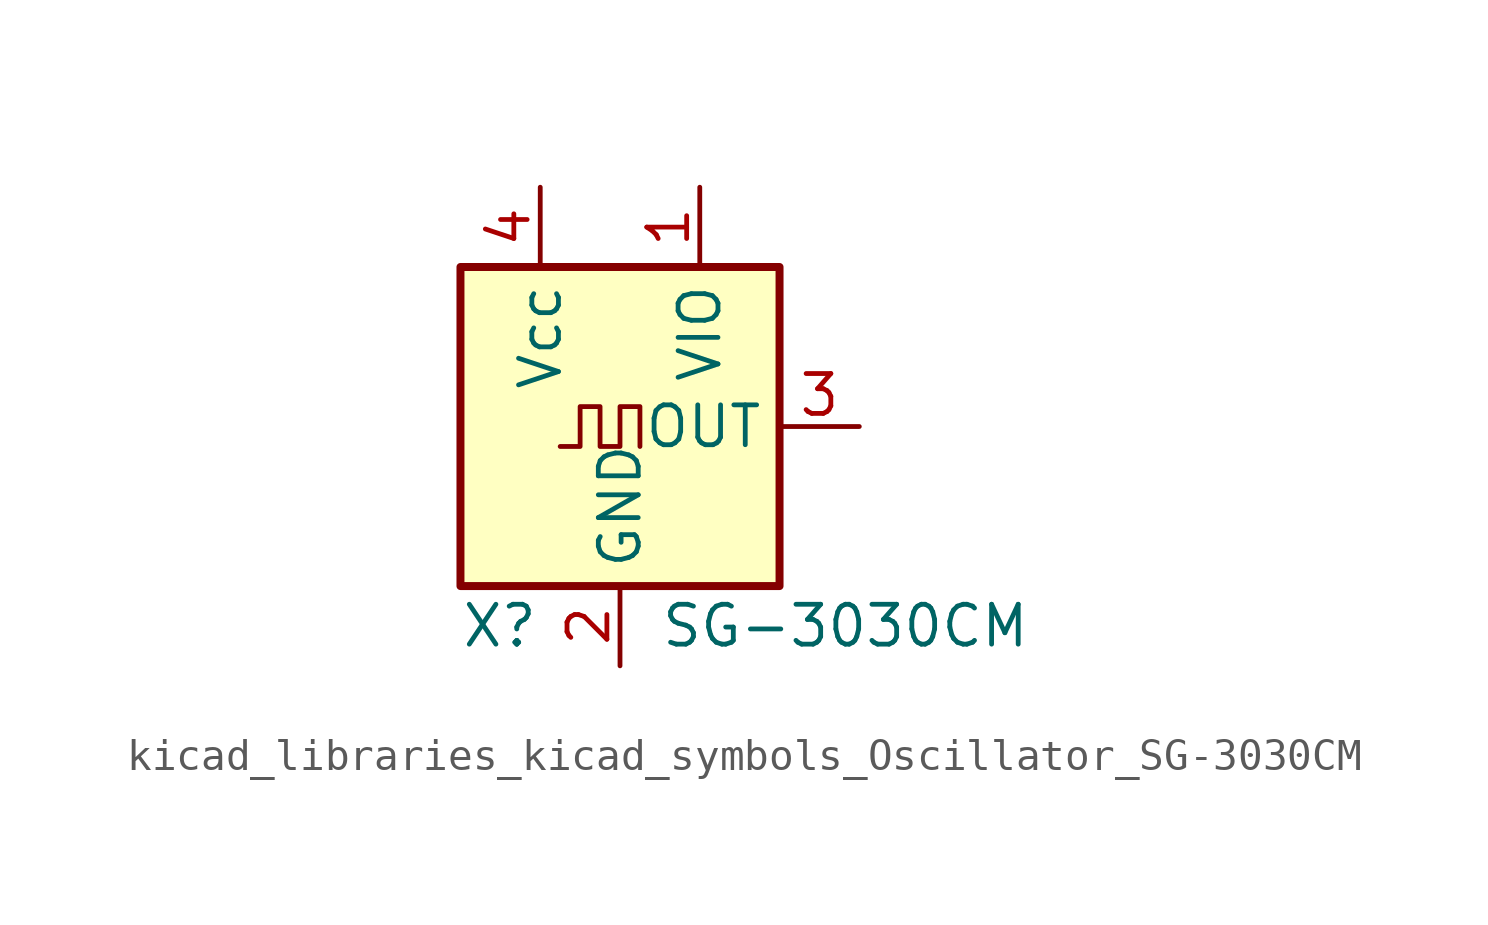
<source format=kicad_sym>
(kicad_symbol_lib
  (version 20220914)
  (generator kicad_symbol_editor)
  (symbol "kicad_libraries_kicad_symbols_Oscillator_SG-3030CM"
    (property "Reference" "X"
      (at -5.08 -6.35 0)
      (effects (font (size 1.27 1.27)) (justify left)))
    (property "Value" "SG-3030CM"
      (at 1.27 -6.35 0)
      (effects (font (size 1.27 1.27)) (justify left)))
    (symbol "kicad_libraries_kicad_symbols_Oscillator_SG-3030CM_0_1"
      (rectangle (start -5.08 5.08) (end 5.08 -5.08) (stroke (width 0.254) (type default)) (fill (type background)))
      (polyline (pts (xy -1.905 -0.635) (xy -1.27 -0.635) (xy -1.27 0.635) (xy -0.635 0.635) (xy -0.635 -0.635) (xy 0 -0.635) (xy 0 0.635) (xy 0.635 0.635) (xy 0.635 -0.635)) (stroke (width 0) (type default)) (fill (type none))))
    (symbol "kicad_libraries_kicad_symbols_Oscillator_SG-3030CM_1_1"
      (pin power_in line (at 2.54 7.62 270) (length 2.54) (name "VIO" (effects (font (size 1.27 1.27)))) (number "1" (effects (font (size 1.27 1.27)))))
      (pin power_in line (at 0 -7.62 90) (length 2.54) (name "GND" (effects (font (size 1.27 1.27)))) (number "2" (effects (font (size 1.27 1.27)))))
      (pin output line (at 7.62 0 180) (length 2.54) (name "OUT" (effects (font (size 1.27 1.27)))) (number "3" (effects (font (size 1.27 1.27)))))
      (pin power_in line (at -2.54 7.62 270) (length 2.54) (name "Vcc" (effects (font (size 1.27 1.27)))) (number "4" (effects (font (size 1.27 1.27))))))))
</source>
